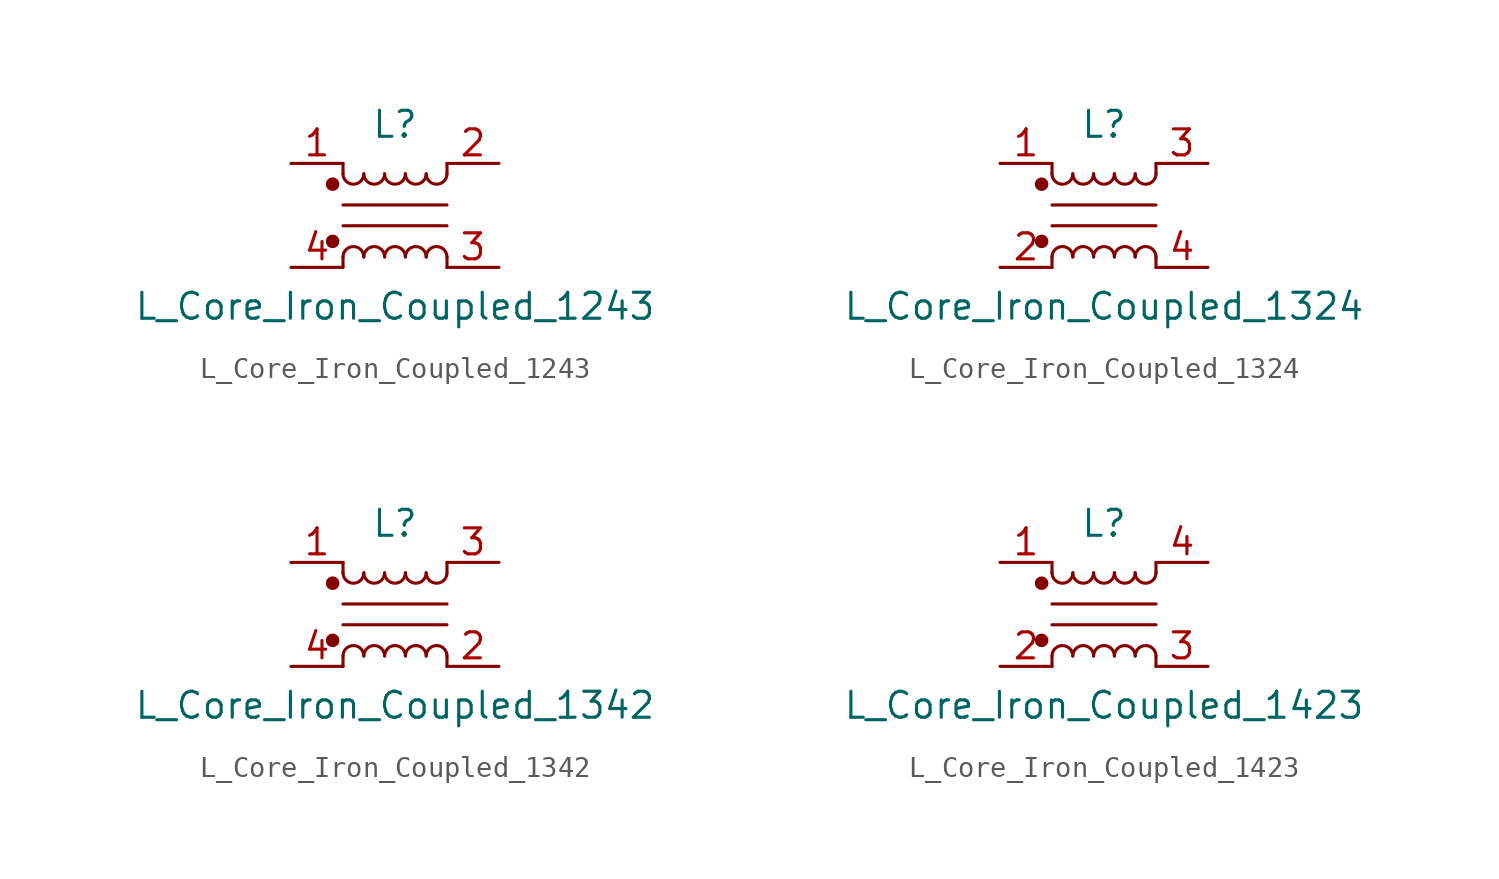
<source format=kicad_sym>
(kicad_symbol_lib
  (version 20211014)
  (generator kicad_symbol_editor)
  (symbol "L_Core_Iron_Coupled_1243"
    (pin_names
      (offset 0.254) hide)
    (property "Reference" "L"
      (at 0 4.445 0)
      (effects (font (size 1.27 1.27))))
    (property "Value" "L_Core_Iron_Coupled_1243"
      (at 0 -4.445 0)
      (effects (font (size 1.27 1.27))))
    (symbol "L_Core_Iron_Coupled_1243_0_1"
      (circle (center -3.048 -1.27) (radius 0.254) (stroke (width 0) (type default) (color 0 0 0 0)) (fill (type outline)))
      (circle (center -3.048 1.524) (radius 0.254) (stroke (width 0) (type default) (color 0 0 0 0)) (fill (type outline)))
      (arc (start -2.54 2.032) (mid -2.032 1.524) (end -1.524 2.032) (stroke (width 0) (type default) (color 0 0 0 0)) (fill (type none)))
      (arc (start -1.524 -2.032) (mid -2.032 -1.524) (end -2.54 -2.032) (stroke (width 0) (type default) (color 0 0 0 0)) (fill (type none)))
      (arc (start -1.524 2.032) (mid -1.016 1.524) (end -0.508 2.032) (stroke (width 0) (type default) (color 0 0 0 0)) (fill (type none)))
      (arc (start -0.508 -2.032) (mid -1.016 -1.524) (end -1.524 -2.032) (stroke (width 0) (type default) (color 0 0 0 0)) (fill (type none)))
      (arc (start -0.508 2.032) (mid 0 1.524) (end 0.508 2.032) (stroke (width 0) (type default) (color 0 0 0 0)) (fill (type none)))
      (polyline (pts (xy -2.54 -2.032) (xy -2.54 -2.54)) (stroke (width 0) (type default) (color 0 0 0 0)) (fill (type none)))
      (polyline (pts (xy -2.54 0.508) (xy 2.54 0.508)) (stroke (width 0) (type default) (color 0 0 0 0)) (fill (type none)))
      (polyline (pts (xy -2.54 2.032) (xy -2.54 2.54)) (stroke (width 0) (type default) (color 0 0 0 0)) (fill (type none)))
      (polyline (pts (xy 2.54 -2.032) (xy 2.54 -2.54)) (stroke (width 0) (type default) (color 0 0 0 0)) (fill (type none)))
      (polyline (pts (xy 2.54 -0.508) (xy -2.54 -0.508)) (stroke (width 0) (type default) (color 0 0 0 0)) (fill (type none)))
      (polyline (pts (xy 2.54 2.54) (xy 2.54 2.032)) (stroke (width 0) (type default) (color 0 0 0 0)) (fill (type none)))
      (arc (start 0.508 -2.032) (mid 0 -1.524) (end -0.508 -2.032) (stroke (width 0) (type default) (color 0 0 0 0)) (fill (type none)))
      (arc (start 0.508 2.032) (mid 1.016 1.524) (end 1.524 2.032) (stroke (width 0) (type default) (color 0 0 0 0)) (fill (type none)))
      (arc (start 1.524 -2.032) (mid 1.016 -1.524) (end 0.508 -2.032) (stroke (width 0) (type default) (color 0 0 0 0)) (fill (type none)))
      (arc (start 1.524 2.032) (mid 2.032 1.524) (end 2.54 2.032) (stroke (width 0) (type default) (color 0 0 0 0)) (fill (type none)))
      (arc (start 2.54 -2.032) (mid 2.032 -1.524) (end 1.524 -2.032) (stroke (width 0) (type default) (color 0 0 0 0)) (fill (type none))))
    (symbol "L_Core_Iron_Coupled_1243_1_1"
      (pin passive line (at -5.08 2.54 0) (length 2.54) (name "1" (effects (font (size 1.27 1.27)))) (number "1" (effects (font (size 1.27 1.27)))))
      (pin passive line (at 5.08 2.54 180) (length 2.54) (name "2" (effects (font (size 1.27 1.27)))) (number "2" (effects (font (size 1.27 1.27)))))
      (pin passive line (at 5.08 -2.54 180) (length 2.54) (name "3" (effects (font (size 1.27 1.27)))) (number "3" (effects (font (size 1.27 1.27)))))
      (pin passive line (at -5.08 -2.54 0) (length 2.54) (name "4" (effects (font (size 1.27 1.27)))) (number "4" (effects (font (size 1.27 1.27)))))))
  (symbol "L_Core_Iron_Coupled_1324"
    (pin_names
      (offset 0.254) hide)
    (property "Reference" "L"
      (at 0 4.445 0)
      (effects (font (size 1.27 1.27))))
    (property "Value" "L_Core_Iron_Coupled_1324"
      (at 0 -4.445 0)
      (effects (font (size 1.27 1.27))))
    (symbol "L_Core_Iron_Coupled_1324_0_1"
      (circle (center -3.048 -1.27) (radius 0.254) (stroke (width 0) (type default) (color 0 0 0 0)) (fill (type outline)))
      (circle (center -3.048 1.524) (radius 0.254) (stroke (width 0) (type default) (color 0 0 0 0)) (fill (type outline)))
      (arc (start -2.54 2.032) (mid -2.032 1.524) (end -1.524 2.032) (stroke (width 0) (type default) (color 0 0 0 0)) (fill (type none)))
      (arc (start -1.524 -2.032) (mid -2.032 -1.524) (end -2.54 -2.032) (stroke (width 0) (type default) (color 0 0 0 0)) (fill (type none)))
      (arc (start -1.524 2.032) (mid -1.016 1.524) (end -0.508 2.032) (stroke (width 0) (type default) (color 0 0 0 0)) (fill (type none)))
      (arc (start -0.508 -2.032) (mid -1.016 -1.524) (end -1.524 -2.032) (stroke (width 0) (type default) (color 0 0 0 0)) (fill (type none)))
      (arc (start -0.508 2.032) (mid 0 1.524) (end 0.508 2.032) (stroke (width 0) (type default) (color 0 0 0 0)) (fill (type none)))
      (polyline (pts (xy -2.54 -2.032) (xy -2.54 -2.54)) (stroke (width 0) (type default) (color 0 0 0 0)) (fill (type none)))
      (polyline (pts (xy -2.54 0.508) (xy 2.54 0.508)) (stroke (width 0) (type default) (color 0 0 0 0)) (fill (type none)))
      (polyline (pts (xy -2.54 2.032) (xy -2.54 2.54)) (stroke (width 0) (type default) (color 0 0 0 0)) (fill (type none)))
      (polyline (pts (xy 2.54 -2.032) (xy 2.54 -2.54)) (stroke (width 0) (type default) (color 0 0 0 0)) (fill (type none)))
      (polyline (pts (xy 2.54 -0.508) (xy -2.54 -0.508)) (stroke (width 0) (type default) (color 0 0 0 0)) (fill (type none)))
      (polyline (pts (xy 2.54 2.54) (xy 2.54 2.032)) (stroke (width 0) (type default) (color 0 0 0 0)) (fill (type none)))
      (arc (start 0.508 -2.032) (mid 0 -1.524) (end -0.508 -2.032) (stroke (width 0) (type default) (color 0 0 0 0)) (fill (type none)))
      (arc (start 0.508 2.032) (mid 1.016 1.524) (end 1.524 2.032) (stroke (width 0) (type default) (color 0 0 0 0)) (fill (type none)))
      (arc (start 1.524 -2.032) (mid 1.016 -1.524) (end 0.508 -2.032) (stroke (width 0) (type default) (color 0 0 0 0)) (fill (type none)))
      (arc (start 1.524 2.032) (mid 2.032 1.524) (end 2.54 2.032) (stroke (width 0) (type default) (color 0 0 0 0)) (fill (type none)))
      (arc (start 2.54 -2.032) (mid 2.032 -1.524) (end 1.524 -2.032) (stroke (width 0) (type default) (color 0 0 0 0)) (fill (type none))))
    (symbol "L_Core_Iron_Coupled_1324_1_1"
      (pin passive line (at -5.08 2.54 0) (length 2.54) (name "1" (effects (font (size 1.27 1.27)))) (number "1" (effects (font (size 1.27 1.27)))))
      (pin passive line (at -5.08 -2.54 0) (length 2.54) (name "2" (effects (font (size 1.27 1.27)))) (number "2" (effects (font (size 1.27 1.27)))))
      (pin passive line (at 5.08 2.54 180) (length 2.54) (name "3" (effects (font (size 1.27 1.27)))) (number "3" (effects (font (size 1.27 1.27)))))
      (pin passive line (at 5.08 -2.54 180) (length 2.54) (name "4" (effects (font (size 1.27 1.27)))) (number "4" (effects (font (size 1.27 1.27)))))))
  (symbol "L_Core_Iron_Coupled_1342"
    (pin_names
      (offset 0.254) hide)
    (property "Reference" "L"
      (at 0 4.445 0)
      (effects (font (size 1.27 1.27))))
    (property "Value" "L_Core_Iron_Coupled_1342"
      (at 0 -4.445 0)
      (effects (font (size 1.27 1.27))))
    (symbol "L_Core_Iron_Coupled_1342_0_1"
      (circle (center -3.048 -1.27) (radius 0.254) (stroke (width 0) (type default) (color 0 0 0 0)) (fill (type outline)))
      (circle (center -3.048 1.524) (radius 0.254) (stroke (width 0) (type default) (color 0 0 0 0)) (fill (type outline)))
      (arc (start -2.54 2.032) (mid -2.032 1.524) (end -1.524 2.032) (stroke (width 0) (type default) (color 0 0 0 0)) (fill (type none)))
      (arc (start -1.524 -2.032) (mid -2.032 -1.524) (end -2.54 -2.032) (stroke (width 0) (type default) (color 0 0 0 0)) (fill (type none)))
      (arc (start -1.524 2.032) (mid -1.016 1.524) (end -0.508 2.032) (stroke (width 0) (type default) (color 0 0 0 0)) (fill (type none)))
      (arc (start -0.508 -2.032) (mid -1.016 -1.524) (end -1.524 -2.032) (stroke (width 0) (type default) (color 0 0 0 0)) (fill (type none)))
      (arc (start -0.508 2.032) (mid 0 1.524) (end 0.508 2.032) (stroke (width 0) (type default) (color 0 0 0 0)) (fill (type none)))
      (polyline (pts (xy -2.54 -2.032) (xy -2.54 -2.54)) (stroke (width 0) (type default) (color 0 0 0 0)) (fill (type none)))
      (polyline (pts (xy -2.54 0.508) (xy 2.54 0.508)) (stroke (width 0) (type default) (color 0 0 0 0)) (fill (type none)))
      (polyline (pts (xy -2.54 2.032) (xy -2.54 2.54)) (stroke (width 0) (type default) (color 0 0 0 0)) (fill (type none)))
      (polyline (pts (xy 2.54 -2.032) (xy 2.54 -2.54)) (stroke (width 0) (type default) (color 0 0 0 0)) (fill (type none)))
      (polyline (pts (xy 2.54 -0.508) (xy -2.54 -0.508)) (stroke (width 0) (type default) (color 0 0 0 0)) (fill (type none)))
      (polyline (pts (xy 2.54 2.54) (xy 2.54 2.032)) (stroke (width 0) (type default) (color 0 0 0 0)) (fill (type none)))
      (arc (start 0.508 -2.032) (mid 0 -1.524) (end -0.508 -2.032) (stroke (width 0) (type default) (color 0 0 0 0)) (fill (type none)))
      (arc (start 0.508 2.032) (mid 1.016 1.524) (end 1.524 2.032) (stroke (width 0) (type default) (color 0 0 0 0)) (fill (type none)))
      (arc (start 1.524 -2.032) (mid 1.016 -1.524) (end 0.508 -2.032) (stroke (width 0) (type default) (color 0 0 0 0)) (fill (type none)))
      (arc (start 1.524 2.032) (mid 2.032 1.524) (end 2.54 2.032) (stroke (width 0) (type default) (color 0 0 0 0)) (fill (type none)))
      (arc (start 2.54 -2.032) (mid 2.032 -1.524) (end 1.524 -2.032) (stroke (width 0) (type default) (color 0 0 0 0)) (fill (type none))))
    (symbol "L_Core_Iron_Coupled_1342_1_1"
      (pin passive line (at -5.08 2.54 0) (length 2.54) (name "1" (effects (font (size 1.27 1.27)))) (number "1" (effects (font (size 1.27 1.27)))))
      (pin passive line (at 5.08 -2.54 180) (length 2.54) (name "2" (effects (font (size 1.27 1.27)))) (number "2" (effects (font (size 1.27 1.27)))))
      (pin passive line (at 5.08 2.54 180) (length 2.54) (name "3" (effects (font (size 1.27 1.27)))) (number "3" (effects (font (size 1.27 1.27)))))
      (pin passive line (at -5.08 -2.54 0) (length 2.54) (name "4" (effects (font (size 1.27 1.27)))) (number "4" (effects (font (size 1.27 1.27)))))))
  (symbol "L_Core_Iron_Coupled_1423"
    (pin_names
      (offset 0.254) hide)
    (property "Reference" "L"
      (at 0 4.445 0)
      (effects (font (size 1.27 1.27))))
    (property "Value" "L_Core_Iron_Coupled_1423"
      (at 0 -4.445 0)
      (effects (font (size 1.27 1.27))))
    (symbol "L_Core_Iron_Coupled_1423_0_1"
      (circle (center -3.048 -1.27) (radius 0.254) (stroke (width 0) (type default) (color 0 0 0 0)) (fill (type outline)))
      (circle (center -3.048 1.524) (radius 0.254) (stroke (width 0) (type default) (color 0 0 0 0)) (fill (type outline)))
      (arc (start -2.54 2.032) (mid -2.032 1.524) (end -1.524 2.032) (stroke (width 0) (type default) (color 0 0 0 0)) (fill (type none)))
      (arc (start -1.524 -2.032) (mid -2.032 -1.524) (end -2.54 -2.032) (stroke (width 0) (type default) (color 0 0 0 0)) (fill (type none)))
      (arc (start -1.524 2.032) (mid -1.016 1.524) (end -0.508 2.032) (stroke (width 0) (type default) (color 0 0 0 0)) (fill (type none)))
      (arc (start -0.508 -2.032) (mid -1.016 -1.524) (end -1.524 -2.032) (stroke (width 0) (type default) (color 0 0 0 0)) (fill (type none)))
      (arc (start -0.508 2.032) (mid 0 1.524) (end 0.508 2.032) (stroke (width 0) (type default) (color 0 0 0 0)) (fill (type none)))
      (polyline (pts (xy -2.54 -2.032) (xy -2.54 -2.54)) (stroke (width 0) (type default) (color 0 0 0 0)) (fill (type none)))
      (polyline (pts (xy -2.54 0.508) (xy 2.54 0.508)) (stroke (width 0) (type default) (color 0 0 0 0)) (fill (type none)))
      (polyline (pts (xy -2.54 2.032) (xy -2.54 2.54)) (stroke (width 0) (type default) (color 0 0 0 0)) (fill (type none)))
      (polyline (pts (xy 2.54 -2.032) (xy 2.54 -2.54)) (stroke (width 0) (type default) (color 0 0 0 0)) (fill (type none)))
      (polyline (pts (xy 2.54 -0.508) (xy -2.54 -0.508)) (stroke (width 0) (type default) (color 0 0 0 0)) (fill (type none)))
      (polyline (pts (xy 2.54 2.54) (xy 2.54 2.032)) (stroke (width 0) (type default) (color 0 0 0 0)) (fill (type none)))
      (arc (start 0.508 -2.032) (mid 0 -1.524) (end -0.508 -2.032) (stroke (width 0) (type default) (color 0 0 0 0)) (fill (type none)))
      (arc (start 0.508 2.032) (mid 1.016 1.524) (end 1.524 2.032) (stroke (width 0) (type default) (color 0 0 0 0)) (fill (type none)))
      (arc (start 1.524 -2.032) (mid 1.016 -1.524) (end 0.508 -2.032) (stroke (width 0) (type default) (color 0 0 0 0)) (fill (type none)))
      (arc (start 1.524 2.032) (mid 2.032 1.524) (end 2.54 2.032) (stroke (width 0) (type default) (color 0 0 0 0)) (fill (type none)))
      (arc (start 2.54 -2.032) (mid 2.032 -1.524) (end 1.524 -2.032) (stroke (width 0) (type default) (color 0 0 0 0)) (fill (type none))))
    (symbol "L_Core_Iron_Coupled_1423_1_1"
      (pin passive line (at -5.08 2.54 0) (length 2.54) (name "1" (effects (font (size 1.27 1.27)))) (number "1" (effects (font (size 1.27 1.27)))))
      (pin passive line (at -5.08 -2.54 0) (length 2.54) (name "2" (effects (font (size 1.27 1.27)))) (number "2" (effects (font (size 1.27 1.27)))))
      (pin passive line (at 5.08 -2.54 180) (length 2.54) (name "3" (effects (font (size 1.27 1.27)))) (number "3" (effects (font (size 1.27 1.27)))))
      (pin passive line (at 5.08 2.54 180) (length 2.54) (name "4" (effects (font (size 1.27 1.27)))) (number "4" (effects (font (size 1.27 1.27))))))))
</source>
